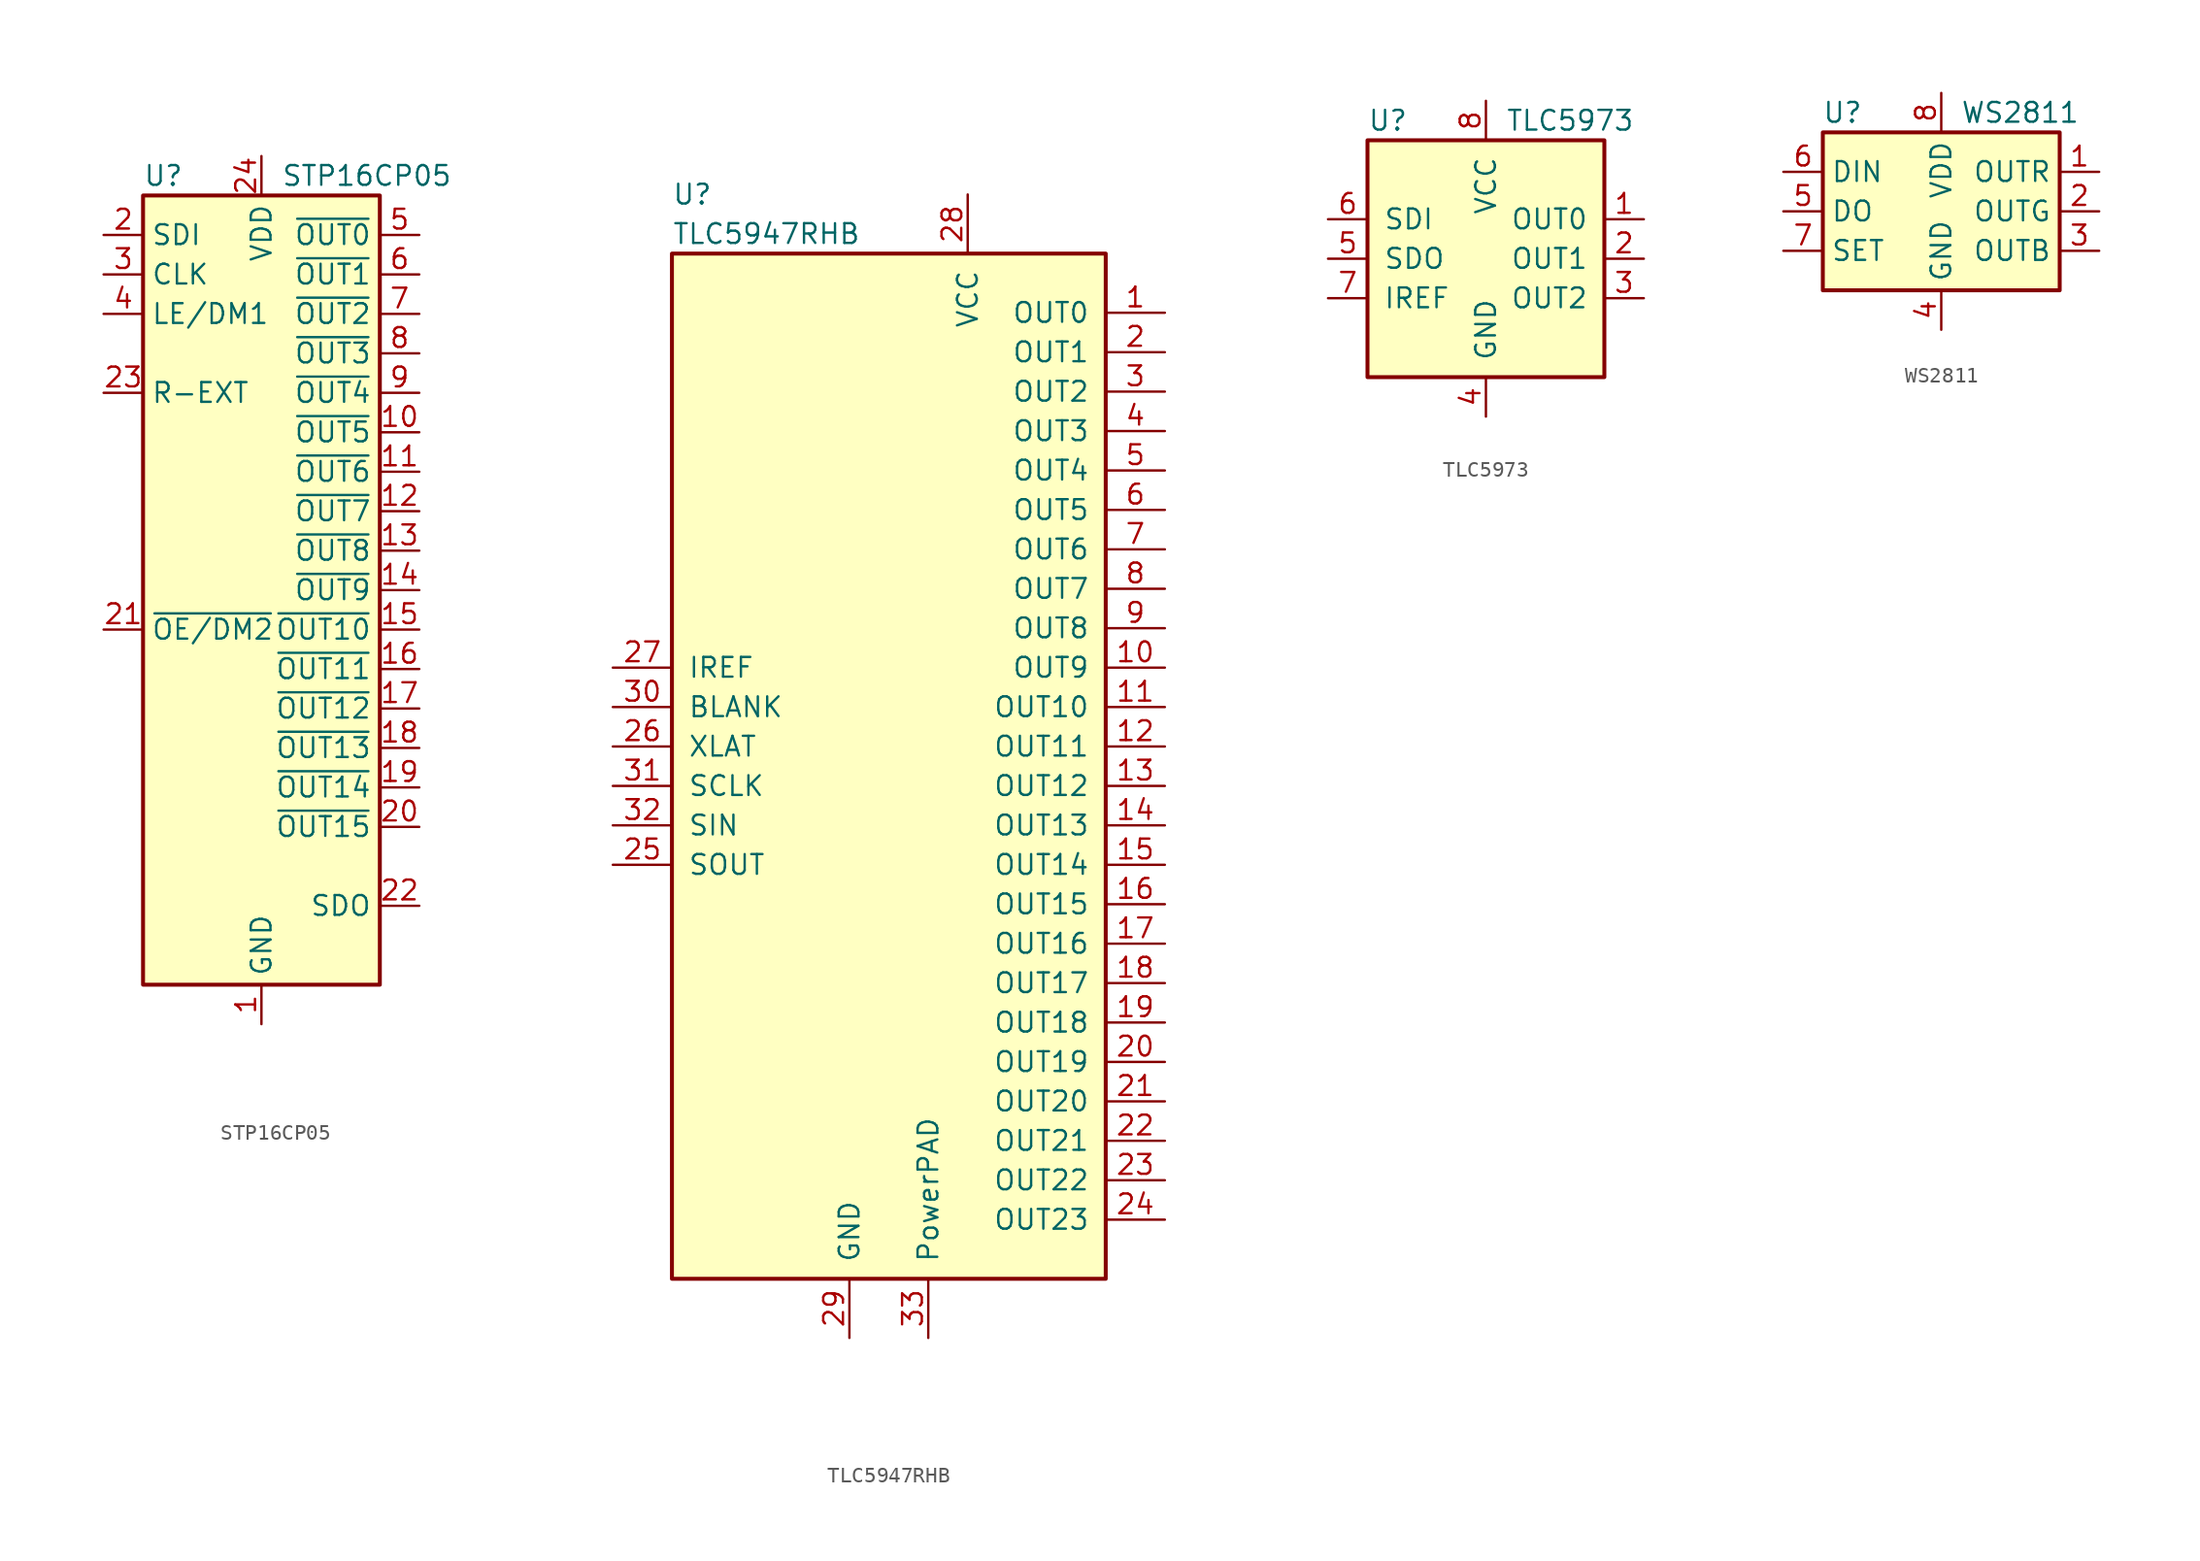
<source format=kicad_sym>
(kicad_symbol_lib
  (version 20211014)
  (generator kicad_symbol_editor)
  (symbol "STP16CP05"
    (property "Reference" "U"
      (at -7.62 26.67 0)
      (effects (font (size 1.27 1.27)) (justify left)))
    (property "Value" "STP16CP05"
      (at 1.27 26.67 0)
      (effects (font (size 1.27 1.27)) (justify left)))
    (symbol "STP16CP05_0_1"
      (rectangle (start -7.62 25.4) (end 7.62 -25.4) (stroke (width 0.254) (type default) (color 0 0 0 0)) (fill (type background))))
    (symbol "STP16CP05_1_1"
      (pin power_in line (at 0 -27.94 90) (length 2.54) (name "GND" (effects (font (size 1.27 1.27)))) (number "1" (effects (font (size 1.27 1.27)))))
      (pin output line (at 10.16 10.16 180) (length 2.54) (name "~{OUT5}" (effects (font (size 1.27 1.27)))) (number "10" (effects (font (size 1.27 1.27)))))
      (pin output line (at 10.16 7.62 180) (length 2.54) (name "~{OUT6}" (effects (font (size 1.27 1.27)))) (number "11" (effects (font (size 1.27 1.27)))))
      (pin output line (at 10.16 5.08 180) (length 2.54) (name "~{OUT7}" (effects (font (size 1.27 1.27)))) (number "12" (effects (font (size 1.27 1.27)))))
      (pin output line (at 10.16 2.54 180) (length 2.54) (name "~{OUT8}" (effects (font (size 1.27 1.27)))) (number "13" (effects (font (size 1.27 1.27)))))
      (pin output line (at 10.16 0 180) (length 2.54) (name "~{OUT9}" (effects (font (size 1.27 1.27)))) (number "14" (effects (font (size 1.27 1.27)))))
      (pin output line (at 10.16 -2.54 180) (length 2.54) (name "~{OUT10}" (effects (font (size 1.27 1.27)))) (number "15" (effects (font (size 1.27 1.27)))))
      (pin output line (at 10.16 -5.08 180) (length 2.54) (name "~{OUT11}" (effects (font (size 1.27 1.27)))) (number "16" (effects (font (size 1.27 1.27)))))
      (pin output line (at 10.16 -7.62 180) (length 2.54) (name "~{OUT12}" (effects (font (size 1.27 1.27)))) (number "17" (effects (font (size 1.27 1.27)))))
      (pin output line (at 10.16 -10.16 180) (length 2.54) (name "~{OUT13}" (effects (font (size 1.27 1.27)))) (number "18" (effects (font (size 1.27 1.27)))))
      (pin output line (at 10.16 -12.7 180) (length 2.54) (name "~{OUT14}" (effects (font (size 1.27 1.27)))) (number "19" (effects (font (size 1.27 1.27)))))
      (pin input line (at -10.16 22.86 0) (length 2.54) (name "SDI" (effects (font (size 1.27 1.27)))) (number "2" (effects (font (size 1.27 1.27)))))
      (pin output line (at 10.16 -15.24 180) (length 2.54) (name "~{OUT15}" (effects (font (size 1.27 1.27)))) (number "20" (effects (font (size 1.27 1.27)))))
      (pin input line (at -10.16 -2.54 0) (length 2.54) (name "~{OE/DM2}" (effects (font (size 1.27 1.27)))) (number "21" (effects (font (size 1.27 1.27)))))
      (pin output line (at 10.16 -20.32 180) (length 2.54) (name "SDO" (effects (font (size 1.27 1.27)))) (number "22" (effects (font (size 1.27 1.27)))))
      (pin passive line (at -10.16 12.7 0) (length 2.54) (name "R-EXT" (effects (font (size 1.27 1.27)))) (number "23" (effects (font (size 1.27 1.27)))))
      (pin power_in line (at 0 27.94 270) (length 2.54) (name "VDD" (effects (font (size 1.27 1.27)))) (number "24" (effects (font (size 1.27 1.27)))))
      (pin input line (at -10.16 20.32 0) (length 2.54) (name "CLK" (effects (font (size 1.27 1.27)))) (number "3" (effects (font (size 1.27 1.27)))))
      (pin input line (at -10.16 17.78 0) (length 2.54) (name "LE/DM1" (effects (font (size 1.27 1.27)))) (number "4" (effects (font (size 1.27 1.27)))))
      (pin output line (at 10.16 22.86 180) (length 2.54) (name "~{OUT0}" (effects (font (size 1.27 1.27)))) (number "5" (effects (font (size 1.27 1.27)))))
      (pin output line (at 10.16 20.32 180) (length 2.54) (name "~{OUT1}" (effects (font (size 1.27 1.27)))) (number "6" (effects (font (size 1.27 1.27)))))
      (pin output line (at 10.16 17.78 180) (length 2.54) (name "~{OUT2}" (effects (font (size 1.27 1.27)))) (number "7" (effects (font (size 1.27 1.27)))))
      (pin output line (at 10.16 15.24 180) (length 2.54) (name "~{OUT3}" (effects (font (size 1.27 1.27)))) (number "8" (effects (font (size 1.27 1.27)))))
      (pin output line (at 10.16 12.7 180) (length 2.54) (name "~{OUT4}" (effects (font (size 1.27 1.27)))) (number "9" (effects (font (size 1.27 1.27)))))))
  (symbol "TLC5947RHB"
    (pin_names
      (offset 1.016))
    (property "Reference" "U"
      (at -13.97 38.1 0)
      (effects (font (size 1.27 1.27)) (justify left)))
    (property "Value" "TLC5947RHB"
      (at -13.97 35.56 0)
      (effects (font (size 1.27 1.27)) (justify left)))
    (symbol "TLC5947RHB_0_1"
      (rectangle (start -13.97 34.29) (end 13.97 -31.75) (stroke (width 0.254) (type default) (color 0 0 0 0)) (fill (type background)))
      (pin output line (at 17.78 30.48 180) (length 3.81) (name "OUT0" (effects (font (size 1.27 1.27)))) (number "1" (effects (font (size 1.27 1.27)))))
      (pin output line (at 17.78 7.62 180) (length 3.81) (name "OUT9" (effects (font (size 1.27 1.27)))) (number "10" (effects (font (size 1.27 1.27)))))
      (pin output line (at 17.78 5.08 180) (length 3.81) (name "OUT10" (effects (font (size 1.27 1.27)))) (number "11" (effects (font (size 1.27 1.27)))))
      (pin output line (at 17.78 2.54 180) (length 3.81) (name "OUT11" (effects (font (size 1.27 1.27)))) (number "12" (effects (font (size 1.27 1.27)))))
      (pin output line (at 17.78 0 180) (length 3.81) (name "OUT12" (effects (font (size 1.27 1.27)))) (number "13" (effects (font (size 1.27 1.27)))))
      (pin output line (at 17.78 -2.54 180) (length 3.81) (name "OUT13" (effects (font (size 1.27 1.27)))) (number "14" (effects (font (size 1.27 1.27)))))
      (pin output line (at 17.78 -5.08 180) (length 3.81) (name "OUT14" (effects (font (size 1.27 1.27)))) (number "15" (effects (font (size 1.27 1.27)))))
      (pin output line (at 17.78 -7.62 180) (length 3.81) (name "OUT15" (effects (font (size 1.27 1.27)))) (number "16" (effects (font (size 1.27 1.27)))))
      (pin output line (at 17.78 -10.16 180) (length 3.81) (name "OUT16" (effects (font (size 1.27 1.27)))) (number "17" (effects (font (size 1.27 1.27)))))
      (pin output line (at 17.78 -12.7 180) (length 3.81) (name "OUT17" (effects (font (size 1.27 1.27)))) (number "18" (effects (font (size 1.27 1.27)))))
      (pin output line (at 17.78 -15.24 180) (length 3.81) (name "OUT18" (effects (font (size 1.27 1.27)))) (number "19" (effects (font (size 1.27 1.27)))))
      (pin output line (at 17.78 27.94 180) (length 3.81) (name "OUT1" (effects (font (size 1.27 1.27)))) (number "2" (effects (font (size 1.27 1.27)))))
      (pin output line (at 17.78 -17.78 180) (length 3.81) (name "OUT19" (effects (font (size 1.27 1.27)))) (number "20" (effects (font (size 1.27 1.27)))))
      (pin output line (at 17.78 -20.32 180) (length 3.81) (name "OUT20" (effects (font (size 1.27 1.27)))) (number "21" (effects (font (size 1.27 1.27)))))
      (pin output line (at 17.78 -22.86 180) (length 3.81) (name "OUT21" (effects (font (size 1.27 1.27)))) (number "22" (effects (font (size 1.27 1.27)))))
      (pin output line (at 17.78 -25.4 180) (length 3.81) (name "OUT22" (effects (font (size 1.27 1.27)))) (number "23" (effects (font (size 1.27 1.27)))))
      (pin output line (at 17.78 -27.94 180) (length 3.81) (name "OUT23" (effects (font (size 1.27 1.27)))) (number "24" (effects (font (size 1.27 1.27)))))
      (pin output line (at -17.78 -5.08 0) (length 3.81) (name "SOUT" (effects (font (size 1.27 1.27)))) (number "25" (effects (font (size 1.27 1.27)))))
      (pin input line (at -17.78 2.54 0) (length 3.81) (name "XLAT" (effects (font (size 1.27 1.27)))) (number "26" (effects (font (size 1.27 1.27)))))
      (pin input line (at -17.78 7.62 0) (length 3.81) (name "IREF" (effects (font (size 1.27 1.27)))) (number "27" (effects (font (size 1.27 1.27)))))
      (pin power_in line (at 5.08 38.1 270) (length 3.81) (name "VCC" (effects (font (size 1.27 1.27)))) (number "28" (effects (font (size 1.27 1.27)))))
      (pin power_in line (at -2.54 -35.56 90) (length 3.81) (name "GND" (effects (font (size 1.27 1.27)))) (number "29" (effects (font (size 1.27 1.27)))))
      (pin output line (at 17.78 25.4 180) (length 3.81) (name "OUT2" (effects (font (size 1.27 1.27)))) (number "3" (effects (font (size 1.27 1.27)))))
      (pin input line (at -17.78 5.08 0) (length 3.81) (name "BLANK" (effects (font (size 1.27 1.27)))) (number "30" (effects (font (size 1.27 1.27)))))
      (pin input line (at -17.78 0 0) (length 3.81) (name "SCLK" (effects (font (size 1.27 1.27)))) (number "31" (effects (font (size 1.27 1.27)))))
      (pin input line (at -17.78 -2.54 0) (length 3.81) (name "SIN" (effects (font (size 1.27 1.27)))) (number "32" (effects (font (size 1.27 1.27)))))
      (pin power_in line (at 2.54 -35.56 90) (length 3.81) (name "PowerPAD" (effects (font (size 1.27 1.27)))) (number "33" (effects (font (size 1.27 1.27)))))
      (pin output line (at 17.78 22.86 180) (length 3.81) (name "OUT3" (effects (font (size 1.27 1.27)))) (number "4" (effects (font (size 1.27 1.27)))))
      (pin output line (at 17.78 20.32 180) (length 3.81) (name "OUT4" (effects (font (size 1.27 1.27)))) (number "5" (effects (font (size 1.27 1.27)))))
      (pin output line (at 17.78 17.78 180) (length 3.81) (name "OUT5" (effects (font (size 1.27 1.27)))) (number "6" (effects (font (size 1.27 1.27)))))
      (pin output line (at 17.78 15.24 180) (length 3.81) (name "OUT6" (effects (font (size 1.27 1.27)))) (number "7" (effects (font (size 1.27 1.27)))))
      (pin output line (at 17.78 12.7 180) (length 3.81) (name "OUT7" (effects (font (size 1.27 1.27)))) (number "8" (effects (font (size 1.27 1.27)))))
      (pin output line (at 17.78 10.16 180) (length 3.81) (name "OUT8" (effects (font (size 1.27 1.27)))) (number "9" (effects (font (size 1.27 1.27)))))))
  (symbol "TLC5973"
    (pin_names
      (offset 1.016))
    (property "Reference" "U"
      (at -7.62 8.89 0)
      (effects (font (size 1.27 1.27)) (justify left)))
    (property "Value" "TLC5973"
      (at 1.27 8.89 0)
      (effects (font (size 1.27 1.27)) (justify left)))
    (symbol "TLC5973_0_1"
      (rectangle (start -7.62 7.62) (end 7.62 -7.62) (stroke (width 0.254) (type default) (color 0 0 0 0)) (fill (type background))))
    (symbol "TLC5973_1_1"
      (pin output line (at 10.16 2.54 180) (length 2.54) (name "OUT0" (effects (font (size 1.27 1.27)))) (number "1" (effects (font (size 1.27 1.27)))))
      (pin output line (at 10.16 0 180) (length 2.54) (name "OUT1" (effects (font (size 1.27 1.27)))) (number "2" (effects (font (size 1.27 1.27)))))
      (pin output line (at 10.16 -2.54 180) (length 2.54) (name "OUT2" (effects (font (size 1.27 1.27)))) (number "3" (effects (font (size 1.27 1.27)))))
      (pin power_in line (at 0 -10.16 90) (length 2.54) (name "GND" (effects (font (size 1.27 1.27)))) (number "4" (effects (font (size 1.27 1.27)))))
      (pin output line (at -10.16 0 0) (length 2.54) (name "SDO" (effects (font (size 1.27 1.27)))) (number "5" (effects (font (size 1.27 1.27)))))
      (pin input line (at -10.16 2.54 0) (length 2.54) (name "SDI" (effects (font (size 1.27 1.27)))) (number "6" (effects (font (size 1.27 1.27)))))
      (pin bidirectional line (at -10.16 -2.54 0) (length 2.54) (name "IREF" (effects (font (size 1.27 1.27)))) (number "7" (effects (font (size 1.27 1.27)))))
      (pin power_in line (at 0 10.16 270) (length 2.54) (name "VCC" (effects (font (size 1.27 1.27)))) (number "8" (effects (font (size 1.27 1.27)))))))
  (symbol "WS2811"
    (property "Reference" "U"
      (at -6.35 6.35 0)
      (effects (font (size 1.27 1.27))))
    (property "Value" "WS2811"
      (at 5.08 6.35 0)
      (effects (font (size 1.27 1.27))))
    (symbol "WS2811_0_1"
      (rectangle (start -7.62 5.08) (end 7.62 -5.08) (stroke (width 0.254) (type default) (color 0 0 0 0)) (fill (type background))))
    (symbol "WS2811_1_1"
      (pin output line (at 10.16 2.54 180) (length 2.54) (name "OUTR" (effects (font (size 1.27 1.27)))) (number "1" (effects (font (size 1.27 1.27)))))
      (pin output line (at 10.16 0 180) (length 2.54) (name "OUTG" (effects (font (size 1.27 1.27)))) (number "2" (effects (font (size 1.27 1.27)))))
      (pin output line (at 10.16 -2.54 180) (length 2.54) (name "OUTB" (effects (font (size 1.27 1.27)))) (number "3" (effects (font (size 1.27 1.27)))))
      (pin power_in line (at 0 -7.62 90) (length 2.54) (name "GND" (effects (font (size 1.27 1.27)))) (number "4" (effects (font (size 1.27 1.27)))))
      (pin output line (at -10.16 0 0) (length 2.54) (name "DO" (effects (font (size 1.27 1.27)))) (number "5" (effects (font (size 1.27 1.27)))))
      (pin input line (at -10.16 2.54 0) (length 2.54) (name "DIN" (effects (font (size 1.27 1.27)))) (number "6" (effects (font (size 1.27 1.27)))))
      (pin input line (at -10.16 -2.54 0) (length 2.54) (name "SET" (effects (font (size 1.27 1.27)))) (number "7" (effects (font (size 1.27 1.27)))))
      (pin power_in line (at 0 7.62 270) (length 2.54) (name "VDD" (effects (font (size 1.27 1.27)))) (number "8" (effects (font (size 1.27 1.27))))))))
</source>
